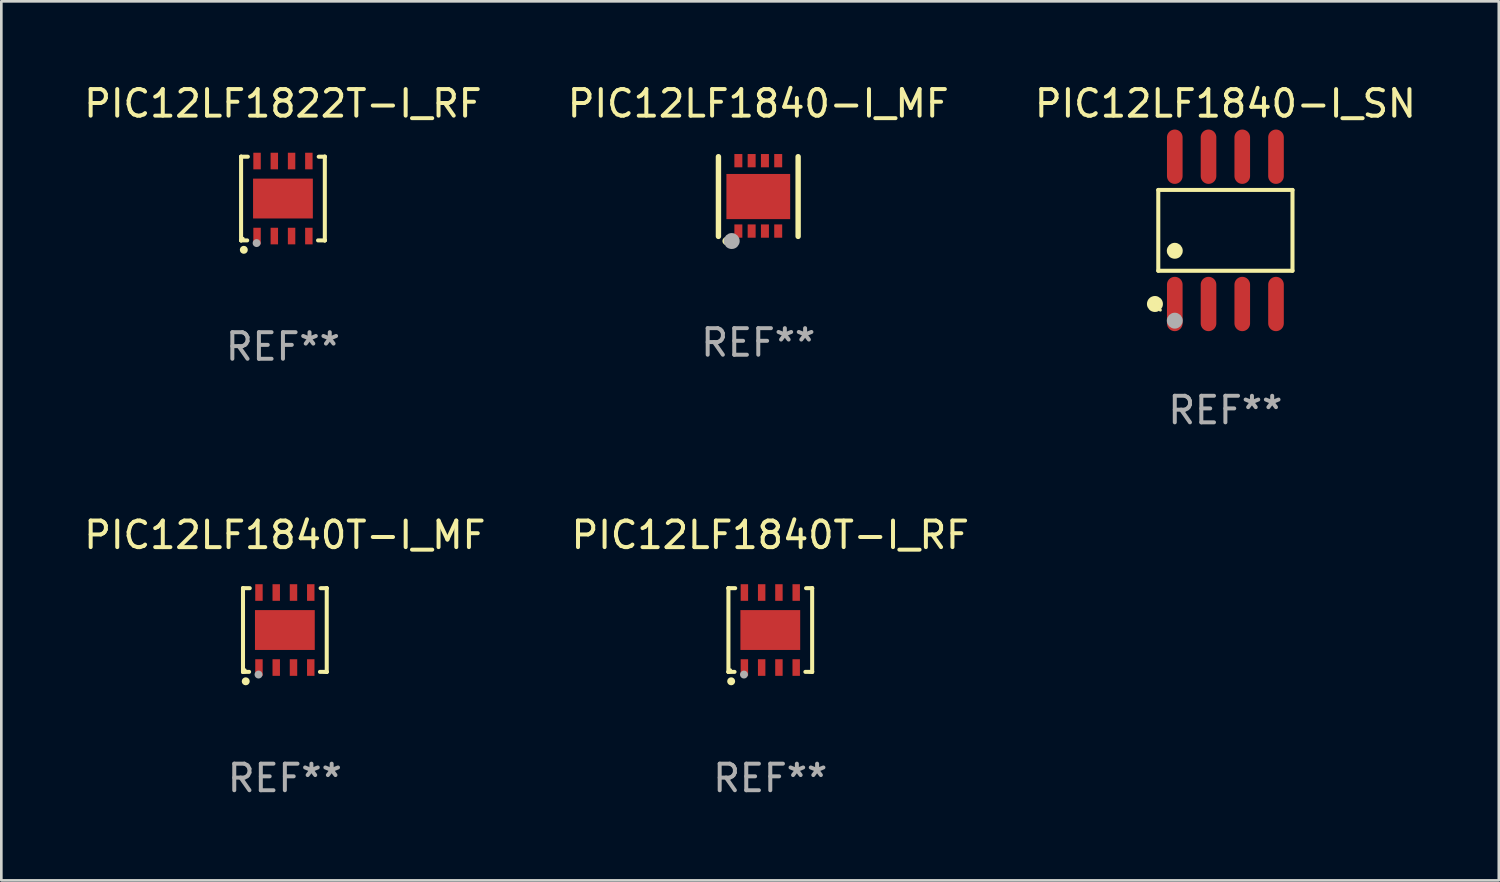
<source format=kicad_pcb>
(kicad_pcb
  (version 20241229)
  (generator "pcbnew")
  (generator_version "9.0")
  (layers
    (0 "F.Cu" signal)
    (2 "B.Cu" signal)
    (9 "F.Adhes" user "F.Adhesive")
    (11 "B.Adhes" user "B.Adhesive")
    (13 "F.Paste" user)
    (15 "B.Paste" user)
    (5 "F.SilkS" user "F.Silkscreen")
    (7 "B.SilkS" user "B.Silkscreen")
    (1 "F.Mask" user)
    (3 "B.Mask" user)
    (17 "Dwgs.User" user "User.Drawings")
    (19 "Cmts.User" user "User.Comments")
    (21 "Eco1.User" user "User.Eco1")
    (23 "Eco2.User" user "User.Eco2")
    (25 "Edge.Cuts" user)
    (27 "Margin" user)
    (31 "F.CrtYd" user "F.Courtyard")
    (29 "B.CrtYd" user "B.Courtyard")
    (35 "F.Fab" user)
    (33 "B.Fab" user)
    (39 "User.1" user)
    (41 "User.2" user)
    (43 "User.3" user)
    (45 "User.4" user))
  (footprint "PIC12LF1840-I_SN"
    (layer "F.Cu")
    (at 43.077 5.621)
    (property "Reference" "PIC12LF1840-I_SN" (at 0 -4.772 0) (layer "F.SilkS") (effects (font (size 1 1) (thickness 0.15))))
    (attr through_hole)
    (fp_line (start -2.526 -1.521) (end 2.526 -1.521) (stroke (width 0.152) (type solid)) (layer "F.SilkS"))
    (fp_line (start -2.526 1.521) (end -2.526 -1.521) (stroke (width 0.152) (type solid)) (layer "F.SilkS"))
    (fp_line (start 2.526 -1.521) (end 2.526 1.521) (stroke (width 0.152) (type solid)) (layer "F.SilkS"))
    (fp_line (start 2.526 1.521) (end -2.526 1.521) (stroke (width 0.152) (type solid)) (layer "F.SilkS"))
    (fp_circle (center -2.652 2.772) (end -2.501 2.772) (stroke (width 0.3) (type solid)) (fill no) (layer "F.SilkS"))
    (fp_circle (center -2.45 3) (end -2.42 3) (stroke (width 0.06) (type solid)) (fill no) (layer "F.SilkS"))
    (fp_circle (center -1.905 0.769) (end -1.755 0.769) (stroke (width 0.3) (type solid)) (fill no) (layer "F.SilkS"))
    (fp_circle (center -1.905 3.4) (end -1.755 3.4) (stroke (width 0.3) (type solid)) (fill no) (layer "F.Fab"))
    (fp_text user "REF**" (at 0 6.772 0) (layer "F.Fab") (effects (font (size 1 1) (thickness 0.15))))
    (pad "1" smd oval (at -1.905 2.772) (size 0.588 2.045) (layers "F.Cu" "F.Mask" "F.Paste"))
    (pad "2" smd oval (at -0.635 2.772) (size 0.588 2.045) (layers "F.Cu" "F.Mask" "F.Paste"))
    (pad "3" smd oval (at 0.635 2.772) (size 0.588 2.045) (layers "F.Cu" "F.Mask" "F.Paste"))
    (pad "4" smd oval (at 1.905 2.772) (size 0.588 2.045) (layers "F.Cu" "F.Mask" "F.Paste"))
    (pad "5" smd oval (at 1.905 -2.772) (size 0.588 2.045) (layers "F.Cu" "F.Mask" "F.Paste"))
    (pad "6" smd oval (at 0.635 -2.772) (size 0.588 2.045) (layers "F.Cu" "F.Mask" "F.Paste"))
    (pad "7" smd oval (at -0.635 -2.772) (size 0.588 2.045) (layers "F.Cu" "F.Mask" "F.Paste"))
    (pad "8" smd oval (at -1.905 -2.772) (size 0.588 2.045) (layers "F.Cu" "F.Mask" "F.Paste")))
  (footprint "PIC12LF1840-I_MF"
    (layer "F.Cu")
    (at 25.494 4.348)
    (property "Reference" "PIC12LF1840-I_MF" (at 0 -3.5 0) (layer "F.SilkS") (effects (font (size 1 1) (thickness 0.15))))
    (attr through_hole)
    (fp_line (start -1.5 1.5) (end -1.5 -1.5) (stroke (width 0.203) (type solid)) (layer "F.SilkS"))
    (fp_line (start 1.5 1.5) (end 1.5 -1.5) (stroke (width 0.203) (type solid)) (layer "F.SilkS"))
    (fp_arc (start -1.200127 1.675133) (mid -1.198857 1.675127) (end -1.197587 1.675133) (stroke (width 0.3) (type solid)) (layer "F.SilkS"))
    (fp_circle (center -1.5 1.475) (end -1.47 1.475) (stroke (width 0.06) (type solid)) (fill no) (layer "F.SilkS"))
    (fp_circle (center -1 1.675) (end -0.85 1.675) (stroke (width 0.3) (type solid)) (fill no) (layer "F.Fab"))
    (fp_text user "REF**" (at 0 5.5 0) (layer "F.Fab") (effects (font (size 1 1) (thickness 0.15))))
    (pad "1" smd rect (at -0.75 1.3) (size 0.3 0.5) (layers "F.Cu" "F.Mask" "F.Paste"))
    (pad "2" smd rect (at -0.25 1.3) (size 0.3 0.5) (layers "F.Cu" "F.Mask" "F.Paste"))
    (pad "3" smd rect (at 0.25 1.3) (size 0.3 0.5) (layers "F.Cu" "F.Mask" "F.Paste"))
    (pad "4" smd rect (at 0.75 1.3) (size 0.3 0.5) (layers "F.Cu" "F.Mask" "F.Paste"))
    (pad "5" smd rect (at 0.75 -1.35) (size 0.3 0.5) (layers "F.Cu" "F.Mask" "F.Paste"))
    (pad "6" smd rect (at 0.25 -1.35) (size 0.3 0.5) (layers "F.Cu" "F.Mask" "F.Paste"))
    (pad "7" smd rect (at -0.25 -1.35) (size 0.3 0.5) (layers "F.Cu" "F.Mask" "F.Paste"))
    (pad "8" smd rect (at -0.75 -1.35) (size 0.3 0.5) (layers "F.Cu" "F.Mask" "F.Paste"))
    (pad "9" smd rect (at 0 0.000254) (size 2.4 1.7) (layers "F.Cu" "F.Mask" "F.Paste")))
  (footprint "PIC12LF1822T-I_RF"
    (layer "F.Cu")
    (at 7.601 4.424)
    (property "Reference" "PIC12LF1822T-I_RF" (at 0 -3.576 0) (layer "F.SilkS") (effects (font (size 1 1) (thickness 0.15))))
    (attr through_hole)
    (fp_line (start -1.576 -1.576) (end -1.576 -1.576) (stroke (width 0.152) (type solid)) (layer "F.SilkS"))
    (fp_line (start -1.576 -1.576) (end -1.576 1.576) (stroke (width 0.152) (type solid)) (layer "F.SilkS"))
    (fp_line (start -1.576 1.576) (end -1.576 1.576) (stroke (width 0.152) (type solid)) (layer "F.SilkS"))
    (fp_line (start -1.576 1.576) (end -1.346 1.575) (stroke (width 0.152) (type solid)) (layer "F.SilkS"))
    (fp_line (start -1.321 -1.575) (end -1.576 -1.576) (stroke (width 0.152) (type solid)) (layer "F.SilkS"))
    (fp_line (start 1.321 1.575) (end 1.576 1.576) (stroke (width 0.152) (type solid)) (layer "F.SilkS"))
    (fp_line (start 1.576 -1.576) (end 1.346 -1.575) (stroke (width 0.152) (type solid)) (layer "F.SilkS"))
    (fp_line (start 1.576 -1.576) (end 1.576 -1.576) (stroke (width 0.152) (type solid)) (layer "F.SilkS"))
    (fp_line (start 1.576 1.576) (end 1.576 -1.576) (stroke (width 0.152) (type solid)) (layer "F.SilkS"))
    (fp_line (start 1.576 1.576) (end 1.576 1.576) (stroke (width 0.152) (type solid)) (layer "F.SilkS"))
    (fp_circle (center -1.5 1.5) (end -1.47 1.5) (stroke (width 0.06) (type solid)) (fill no) (layer "F.SilkS"))
    (fp_circle (center -1.473 1.93) (end -1.398 1.93) (stroke (width 0.15) (type solid)) (fill no) (layer "F.SilkS"))
    (fp_circle (center -0.991 1.676) (end -0.916 1.676) (stroke (width 0.15) (type solid)) (fill no) (layer "F.Fab"))
    (fp_text user "REF**" (at 0 5.576 0) (layer "F.Fab") (effects (font (size 1 1) (thickness 0.15))))
    (pad "1" smd rect (at -0.975 1.412) (size 0.28 0.625) (layers "F.Cu" "F.Mask" "F.Paste"))
    (pad "2" smd rect (at -0.325 1.412) (size 0.28 0.625) (layers "F.Cu" "F.Mask" "F.Paste"))
    (pad "3" smd rect (at 0.325 1.412) (size 0.28 0.625) (layers "F.Cu" "F.Mask" "F.Paste"))
    (pad "4" smd rect (at 0.975 1.412) (size 0.28 0.625) (layers "F.Cu" "F.Mask" "F.Paste"))
    (pad "5" smd rect (at 0.975 -1.412) (size 0.28 0.625) (layers "F.Cu" "F.Mask" "F.Paste"))
    (pad "6" smd rect (at 0.325 -1.412) (size 0.28 0.625) (layers "F.Cu" "F.Mask" "F.Paste"))
    (pad "7" smd rect (at -0.325 -1.412) (size 0.28 0.625) (layers "F.Cu" "F.Mask" "F.Paste"))
    (pad "8" smd rect (at -0.975 -1.412) (size 0.28 0.625) (layers "F.Cu" "F.Mask" "F.Paste"))
    (pad "9" smd rect (at 0 0) (size 2.25 1.5) (layers "F.Cu" "F.Mask" "F.Paste")))
  (footprint "PIC12LF1840T-I_RF"
    (layer "F.Cu")
    (at 25.946 20.666)
    (property "Reference" "PIC12LF1840T-I_RF" (at 0 -3.576 0) (layer "F.SilkS") (effects (font (size 1 1) (thickness 0.15))))
    (attr through_hole)
    (fp_line (start -1.576 -1.576) (end -1.576 -1.576) (stroke (width 0.152) (type solid)) (layer "F.SilkS"))
    (fp_line (start -1.576 -1.576) (end -1.576 1.576) (stroke (width 0.152) (type solid)) (layer "F.SilkS"))
    (fp_line (start -1.576 1.576) (end -1.576 1.576) (stroke (width 0.152) (type solid)) (layer "F.SilkS"))
    (fp_line (start -1.576 1.576) (end -1.346 1.575) (stroke (width 0.152) (type solid)) (layer "F.SilkS"))
    (fp_line (start -1.321 -1.575) (end -1.576 -1.576) (stroke (width 0.152) (type solid)) (layer "F.SilkS"))
    (fp_line (start 1.321 1.575) (end 1.576 1.576) (stroke (width 0.152) (type solid)) (layer "F.SilkS"))
    (fp_line (start 1.576 -1.576) (end 1.346 -1.575) (stroke (width 0.152) (type solid)) (layer "F.SilkS"))
    (fp_line (start 1.576 -1.576) (end 1.576 -1.576) (stroke (width 0.152) (type solid)) (layer "F.SilkS"))
    (fp_line (start 1.576 1.576) (end 1.576 -1.576) (stroke (width 0.152) (type solid)) (layer "F.SilkS"))
    (fp_line (start 1.576 1.576) (end 1.576 1.576) (stroke (width 0.152) (type solid)) (layer "F.SilkS"))
    (fp_circle (center -1.5 1.5) (end -1.47 1.5) (stroke (width 0.06) (type solid)) (fill no) (layer "F.SilkS"))
    (fp_circle (center -1.473 1.93) (end -1.398 1.93) (stroke (width 0.15) (type solid)) (fill no) (layer "F.SilkS"))
    (fp_circle (center -0.991 1.676) (end -0.916 1.676) (stroke (width 0.15) (type solid)) (fill no) (layer "F.Fab"))
    (fp_text user "REF**" (at 0 5.576 0) (layer "F.Fab") (effects (font (size 1 1) (thickness 0.15))))
    (pad "1" smd rect (at -0.975 1.412) (size 0.28 0.625) (layers "F.Cu" "F.Mask" "F.Paste"))
    (pad "2" smd rect (at -0.325 1.412) (size 0.28 0.625) (layers "F.Cu" "F.Mask" "F.Paste"))
    (pad "3" smd rect (at 0.325 1.412) (size 0.28 0.625) (layers "F.Cu" "F.Mask" "F.Paste"))
    (pad "4" smd rect (at 0.975 1.412) (size 0.28 0.625) (layers "F.Cu" "F.Mask" "F.Paste"))
    (pad "5" smd rect (at 0.975 -1.412) (size 0.28 0.625) (layers "F.Cu" "F.Mask" "F.Paste"))
    (pad "6" smd rect (at 0.325 -1.412) (size 0.28 0.625) (layers "F.Cu" "F.Mask" "F.Paste"))
    (pad "7" smd rect (at -0.325 -1.412) (size 0.28 0.625) (layers "F.Cu" "F.Mask" "F.Paste"))
    (pad "8" smd rect (at -0.975 -1.412) (size 0.28 0.625) (layers "F.Cu" "F.Mask" "F.Paste"))
    (pad "9" smd rect (at 0 0) (size 2.25 1.5) (layers "F.Cu" "F.Mask" "F.Paste")))
  (footprint "PIC12LF1840T-I_MF"
    (layer "F.Cu")
    (at 7.673 20.666)
    (property "Reference" "PIC12LF1840T-I_MF" (at 0 -3.576 0) (layer "F.SilkS") (effects (font (size 1 1) (thickness 0.15))))
    (attr through_hole)
    (fp_line (start -1.576 -1.576) (end -1.576 -1.576) (stroke (width 0.152) (type solid)) (layer "F.SilkS"))
    (fp_line (start -1.576 -1.576) (end -1.576 1.576) (stroke (width 0.152) (type solid)) (layer "F.SilkS"))
    (fp_line (start -1.576 1.576) (end -1.576 1.576) (stroke (width 0.152) (type solid)) (layer "F.SilkS"))
    (fp_line (start -1.576 1.576) (end -1.346 1.575) (stroke (width 0.152) (type solid)) (layer "F.SilkS"))
    (fp_line (start -1.321 -1.575) (end -1.576 -1.576) (stroke (width 0.152) (type solid)) (layer "F.SilkS"))
    (fp_line (start 1.321 1.575) (end 1.576 1.576) (stroke (width 0.152) (type solid)) (layer "F.SilkS"))
    (fp_line (start 1.576 -1.576) (end 1.346 -1.575) (stroke (width 0.152) (type solid)) (layer "F.SilkS"))
    (fp_line (start 1.576 -1.576) (end 1.576 -1.576) (stroke (width 0.152) (type solid)) (layer "F.SilkS"))
    (fp_line (start 1.576 1.576) (end 1.576 -1.576) (stroke (width 0.152) (type solid)) (layer "F.SilkS"))
    (fp_line (start 1.576 1.576) (end 1.576 1.576) (stroke (width 0.152) (type solid)) (layer "F.SilkS"))
    (fp_circle (center -1.5 1.5) (end -1.47 1.5) (stroke (width 0.06) (type solid)) (fill no) (layer "F.SilkS"))
    (fp_circle (center -1.473 1.93) (end -1.398 1.93) (stroke (width 0.15) (type solid)) (fill no) (layer "F.SilkS"))
    (fp_circle (center -0.991 1.676) (end -0.916 1.676) (stroke (width 0.15) (type solid)) (fill no) (layer "F.Fab"))
    (fp_text user "REF**" (at 0 5.576 0) (layer "F.Fab") (effects (font (size 1 1) (thickness 0.15))))
    (pad "1" smd rect (at -0.975 1.412) (size 0.28 0.625) (layers "F.Cu" "F.Mask" "F.Paste"))
    (pad "2" smd rect (at -0.325 1.412) (size 0.28 0.625) (layers "F.Cu" "F.Mask" "F.Paste"))
    (pad "3" smd rect (at 0.325 1.412) (size 0.28 0.625) (layers "F.Cu" "F.Mask" "F.Paste"))
    (pad "4" smd rect (at 0.975 1.412) (size 0.28 0.625) (layers "F.Cu" "F.Mask" "F.Paste"))
    (pad "5" smd rect (at 0.975 -1.412) (size 0.28 0.625) (layers "F.Cu" "F.Mask" "F.Paste"))
    (pad "6" smd rect (at 0.325 -1.412) (size 0.28 0.625) (layers "F.Cu" "F.Mask" "F.Paste"))
    (pad "7" smd rect (at -0.325 -1.412) (size 0.28 0.625) (layers "F.Cu" "F.Mask" "F.Paste"))
    (pad "8" smd rect (at -0.975 -1.412) (size 0.28 0.625) (layers "F.Cu" "F.Mask" "F.Paste"))
    (pad "9" smd rect (at 0 0) (size 2.25 1.5) (layers "F.Cu" "F.Mask" "F.Paste")))
  (gr_rect
    (start -3 -3)
    (end 53.369 30.09)
    (stroke (width 0.1) (type default))
    (fill no)
    (layer "Edge.Cuts")))
</source>
